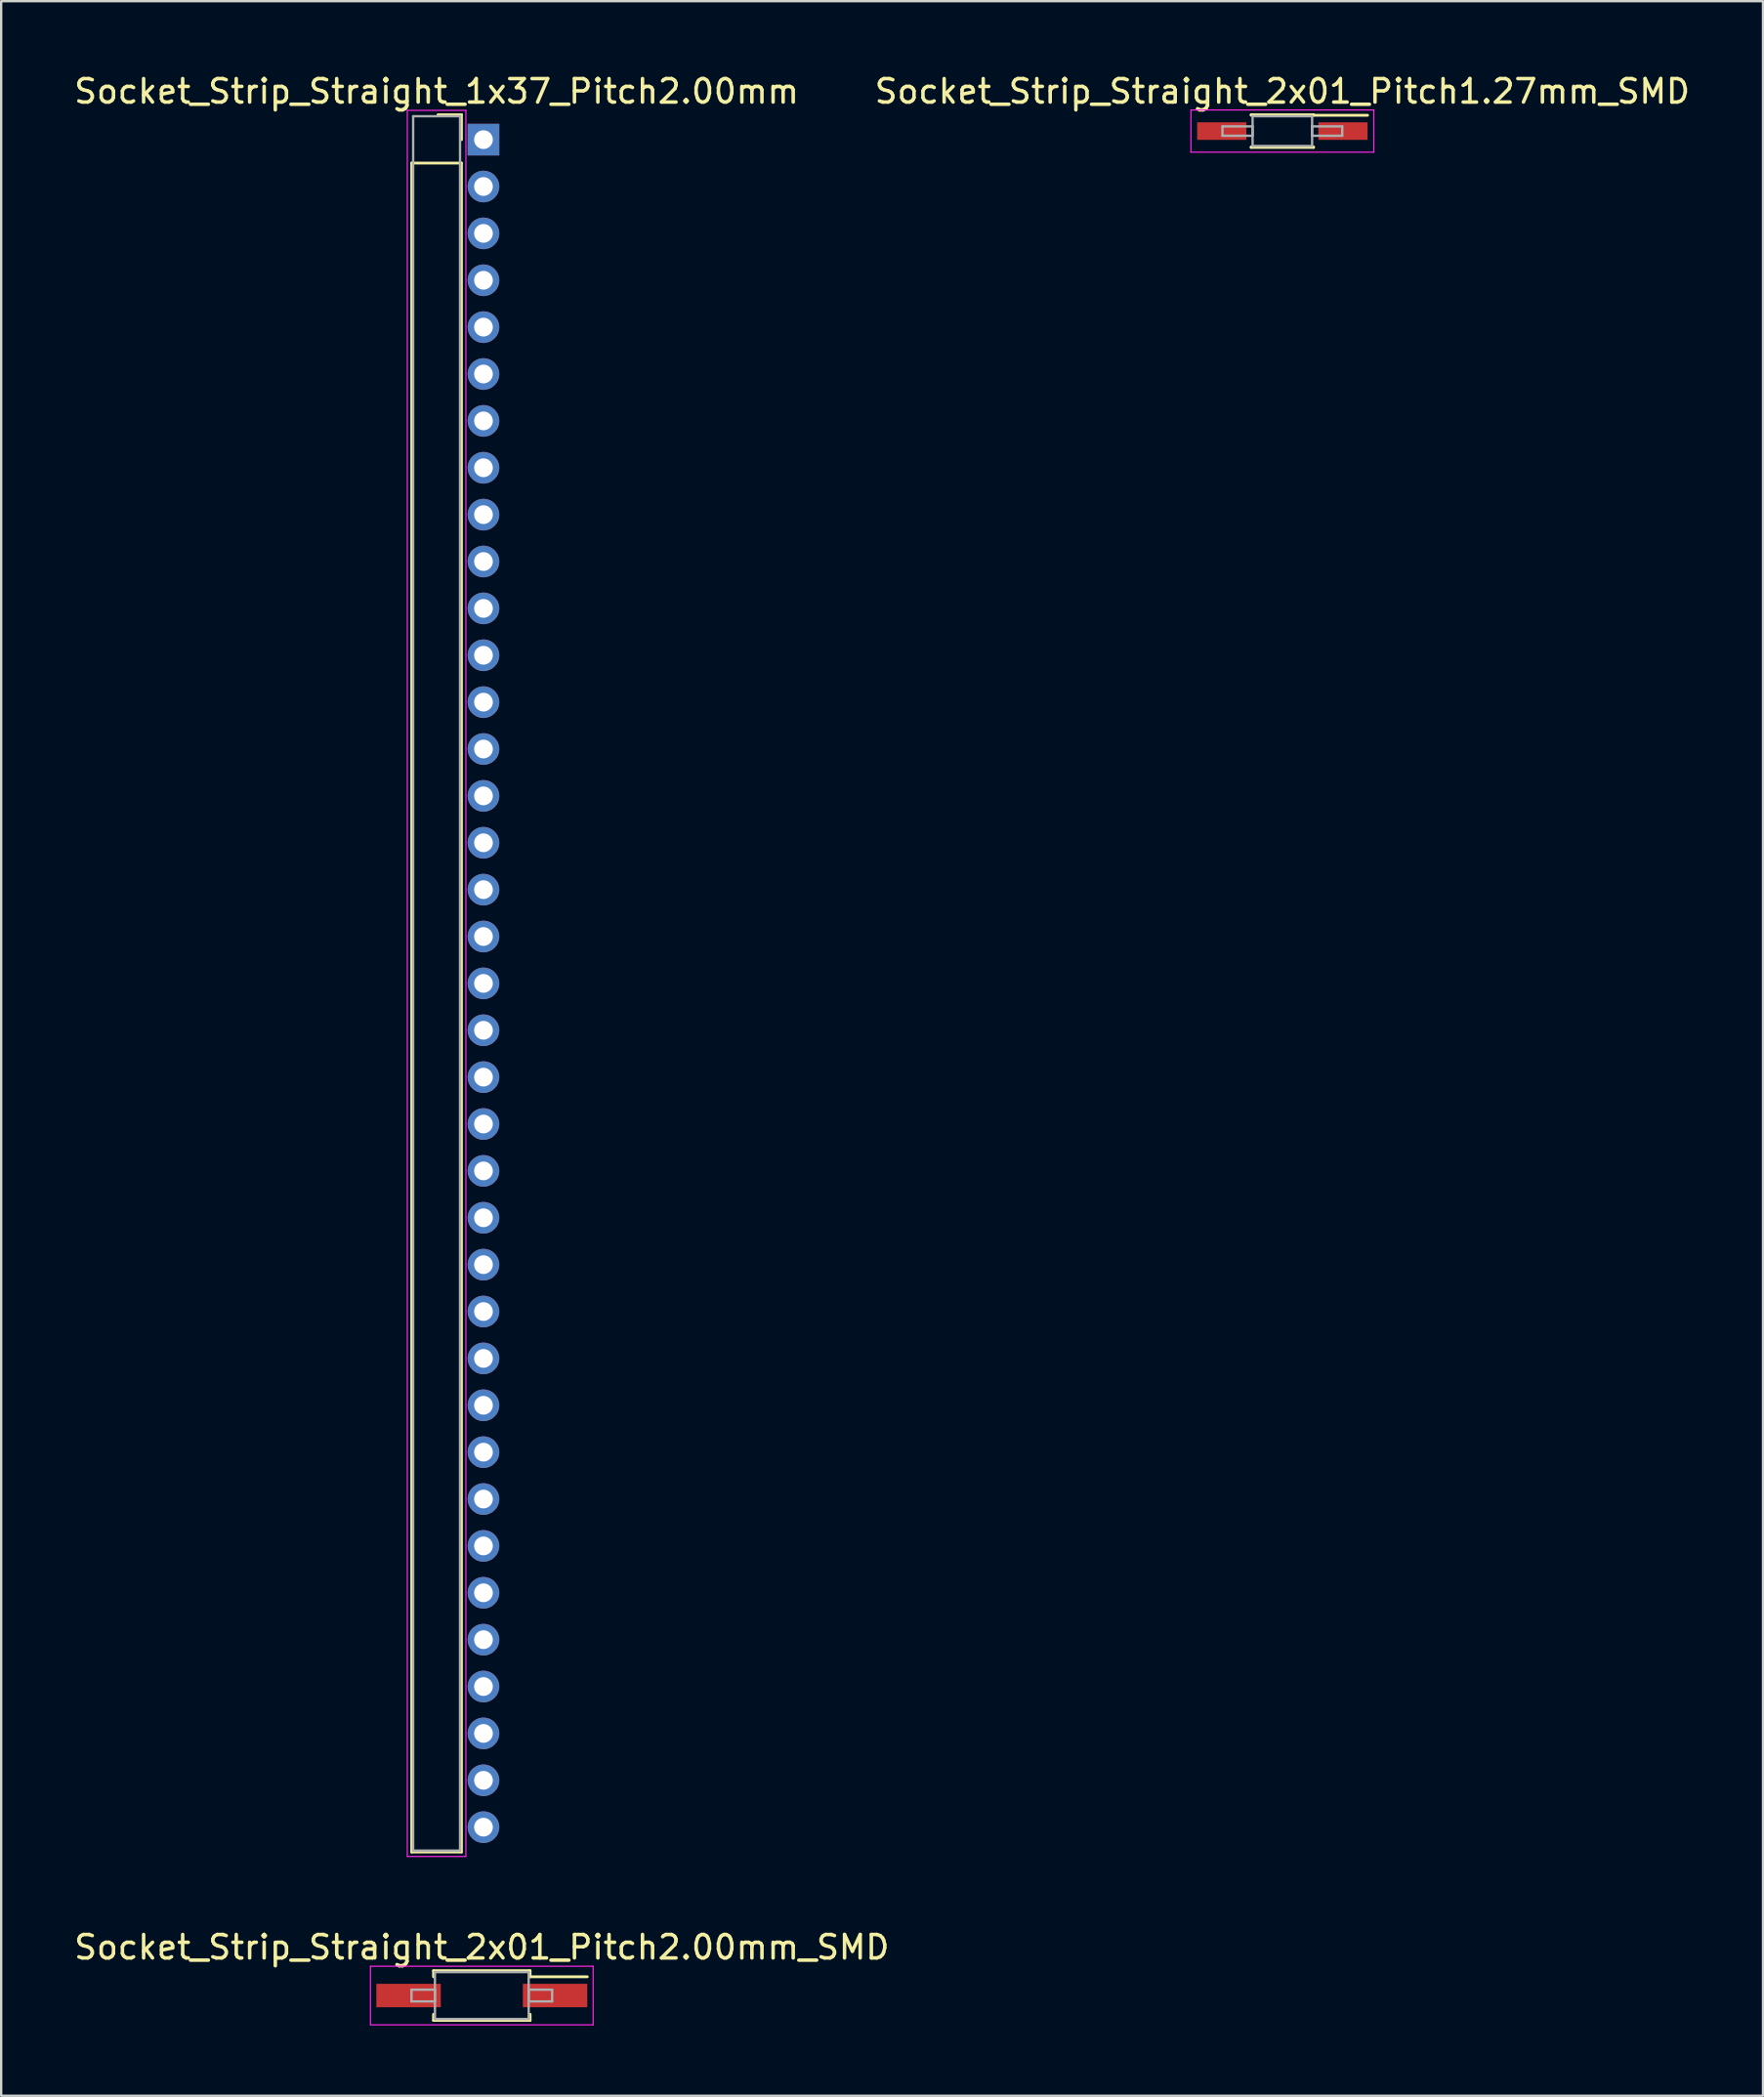
<source format=kicad_pcb>
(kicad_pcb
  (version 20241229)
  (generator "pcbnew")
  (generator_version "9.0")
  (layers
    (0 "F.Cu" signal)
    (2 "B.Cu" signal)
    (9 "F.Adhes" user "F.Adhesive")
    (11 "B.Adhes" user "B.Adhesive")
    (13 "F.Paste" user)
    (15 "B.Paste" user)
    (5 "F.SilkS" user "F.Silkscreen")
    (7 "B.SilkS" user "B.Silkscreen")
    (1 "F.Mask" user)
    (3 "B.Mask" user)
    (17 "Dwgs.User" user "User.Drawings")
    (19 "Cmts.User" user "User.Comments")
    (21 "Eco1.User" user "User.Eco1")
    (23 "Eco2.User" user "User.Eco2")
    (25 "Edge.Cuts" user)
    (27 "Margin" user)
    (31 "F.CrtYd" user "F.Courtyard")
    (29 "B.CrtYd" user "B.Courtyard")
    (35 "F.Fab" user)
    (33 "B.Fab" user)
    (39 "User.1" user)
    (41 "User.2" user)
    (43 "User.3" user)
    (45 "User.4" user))
  (footprint "Socket_Strip_Straight_2x01_Pitch2.00mm_SMD"
    (layer "F.Cu")
    (at 17.506 82.091)
    (property "Reference" "Socket_Strip_Straight_2x01_Pitch2.00mm_SMD" (at 0 -2.06 0) (layer "F.SilkS") (effects (font (size 1 1) (thickness 0.15))))
    (attr smd)
    (fp_line (start -2.06 -1.06) (end 2.06 -1.06) (stroke (width 0.12) (type solid)) (layer "F.SilkS"))
    (fp_line (start -2.06 -0.8) (end -2.06 -1.06) (stroke (width 0.12) (type solid)) (layer "F.SilkS"))
    (fp_line (start -2.06 0.8) (end -2.06 1.06) (stroke (width 0.12) (type solid)) (layer "F.SilkS"))
    (fp_line (start -2.06 1.06) (end 2.06 1.06) (stroke (width 0.12) (type solid)) (layer "F.SilkS"))
    (fp_line (start 2.06 -1.06) (end 2.06 -0.8) (stroke (width 0.12) (type solid)) (layer "F.SilkS"))
    (fp_line (start 2.06 1.06) (end 2.06 0.8) (stroke (width 0.12) (type solid)) (layer "F.SilkS"))
    (fp_line (start 4.5 -0.8) (end 2.06 -0.8) (stroke (width 0.12) (type solid)) (layer "F.SilkS"))
    (fp_line (start -4.75 -1.25) (end -4.75 1.25) (stroke (width 0.05) (type solid)) (layer "F.CrtYd"))
    (fp_line (start -4.75 1.25) (end 4.75 1.25) (stroke (width 0.05) (type solid)) (layer "F.CrtYd"))
    (fp_line (start 4.75 -1.25) (end -4.75 -1.25) (stroke (width 0.05) (type solid)) (layer "F.CrtYd"))
    (fp_line (start 4.75 1.25) (end 4.75 -1.25) (stroke (width 0.05) (type solid)) (layer "F.CrtYd"))
    (fp_line (start -3 -0.25) (end -2 -0.25) (stroke (width 0.1) (type solid)) (layer "F.Fab"))
    (fp_line (start -3 0.25) (end -3 -0.25) (stroke (width 0.1) (type solid)) (layer "F.Fab"))
    (fp_line (start -2 -1) (end -2 1) (stroke (width 0.1) (type solid)) (layer "F.Fab"))
    (fp_line (start -2 -0.25) (end -2 0.25) (stroke (width 0.1) (type solid)) (layer "F.Fab"))
    (fp_line (start -2 0.25) (end -3 0.25) (stroke (width 0.1) (type solid)) (layer "F.Fab"))
    (fp_line (start -2 1) (end 2 1) (stroke (width 0.1) (type solid)) (layer "F.Fab"))
    (fp_line (start 2 -1) (end -2 -1) (stroke (width 0.1) (type solid)) (layer "F.Fab"))
    (fp_line (start 2 -0.25) (end 2 0.25) (stroke (width 0.1) (type solid)) (layer "F.Fab"))
    (fp_line (start 2 0.25) (end 3 0.25) (stroke (width 0.1) (type solid)) (layer "F.Fab"))
    (fp_line (start 2 1) (end 2 -1) (stroke (width 0.1) (type solid)) (layer "F.Fab"))
    (fp_line (start 3 -0.25) (end 2 -0.25) (stroke (width 0.1) (type solid)) (layer "F.Fab"))
    (fp_line (start 3 0.25) (end 3 -0.25) (stroke (width 0.1) (type solid)) (layer "F.Fab"))
    (pad "1" smd rect (at 3.125 0) (size 2.75 1) (layers "F.Cu" "F.Mask"))
    (pad "2" smd rect (at -3.125 0) (size 2.75 1) (layers "F.Cu" "F.Mask")))
  (footprint "Socket_Strip_Straight_1x37_Pitch2.00mm"
    (layer "F.Cu")
    (at 17.577 2.908)
    (property "Reference" "Socket_Strip_Straight_1x37_Pitch2.00mm" (at -2 -2.06 0) (layer "F.SilkS") (effects (font (size 1 1) (thickness 0.15))))
    (attr through_hole)
    (fp_line (start -3.06 1) (end -3.06 73.06) (stroke (width 0.12) (type solid)) (layer "F.SilkS"))
    (fp_line (start -3.06 73.06) (end -0.94 73.06) (stroke (width 0.12) (type solid)) (layer "F.SilkS"))
    (fp_line (start -0.94 -1.06) (end -1.94 -1.06) (stroke (width 0.12) (type solid)) (layer "F.SilkS"))
    (fp_line (start -0.94 0) (end -0.94 -1.06) (stroke (width 0.12) (type solid)) (layer "F.SilkS"))
    (fp_line (start -0.94 1) (end -3.06 1) (stroke (width 0.12) (type solid)) (layer "F.SilkS"))
    (fp_line (start -0.94 73.06) (end -0.94 1) (stroke (width 0.12) (type solid)) (layer "F.SilkS"))
    (fp_line (start -3.25 -1.25) (end -3.25 73.25) (stroke (width 0.05) (type solid)) (layer "F.CrtYd"))
    (fp_line (start -3.25 73.25) (end -0.75 73.25) (stroke (width 0.05) (type solid)) (layer "F.CrtYd"))
    (fp_line (start -0.75 -1.25) (end -3.25 -1.25) (stroke (width 0.05) (type solid)) (layer "F.CrtYd"))
    (fp_line (start -0.75 73.25) (end -0.75 -1.25) (stroke (width 0.05) (type solid)) (layer "F.CrtYd"))
    (fp_line (start -3 -1) (end -3 73) (stroke (width 0.1) (type solid)) (layer "F.Fab"))
    (fp_line (start -3 73) (end -1 73) (stroke (width 0.1) (type solid)) (layer "F.Fab"))
    (fp_line (start -1 -1) (end -3 -1) (stroke (width 0.1) (type solid)) (layer "F.Fab"))
    (fp_line (start -1 73) (end -1 -1) (stroke (width 0.1) (type solid)) (layer "F.Fab"))
    (pad "1" thru_hole rect (at 0 0) (size 1.35 1.35) (drill 0.8) (layers "*.Cu" "*.Mask"))
    (pad "2" thru_hole oval (at 0 2) (size 1.35 1.35) (drill 0.8) (layers "*.Cu" "*.Mask"))
    (pad "3" thru_hole oval (at 0 4) (size 1.35 1.35) (drill 0.8) (layers "*.Cu" "*.Mask"))
    (pad "4" thru_hole oval (at 0 6) (size 1.35 1.35) (drill 0.8) (layers "*.Cu" "*.Mask"))
    (pad "5" thru_hole oval (at 0 8) (size 1.35 1.35) (drill 0.8) (layers "*.Cu" "*.Mask"))
    (pad "6" thru_hole oval (at 0 10) (size 1.35 1.35) (drill 0.8) (layers "*.Cu" "*.Mask"))
    (pad "7" thru_hole oval (at 0 12) (size 1.35 1.35) (drill 0.8) (layers "*.Cu" "*.Mask"))
    (pad "8" thru_hole oval (at 0 14) (size 1.35 1.35) (drill 0.8) (layers "*.Cu" "*.Mask"))
    (pad "9" thru_hole oval (at 0 16) (size 1.35 1.35) (drill 0.8) (layers "*.Cu" "*.Mask"))
    (pad "10" thru_hole oval (at 0 18) (size 1.35 1.35) (drill 0.8) (layers "*.Cu" "*.Mask"))
    (pad "11" thru_hole oval (at 0 20) (size 1.35 1.35) (drill 0.8) (layers "*.Cu" "*.Mask"))
    (pad "12" thru_hole oval (at 0 22) (size 1.35 1.35) (drill 0.8) (layers "*.Cu" "*.Mask"))
    (pad "13" thru_hole oval (at 0 24) (size 1.35 1.35) (drill 0.8) (layers "*.Cu" "*.Mask"))
    (pad "14" thru_hole oval (at 0 26) (size 1.35 1.35) (drill 0.8) (layers "*.Cu" "*.Mask"))
    (pad "15" thru_hole oval (at 0 28) (size 1.35 1.35) (drill 0.8) (layers "*.Cu" "*.Mask"))
    (pad "16" thru_hole oval (at 0 30) (size 1.35 1.35) (drill 0.8) (layers "*.Cu" "*.Mask"))
    (pad "17" thru_hole oval (at 0 32) (size 1.35 1.35) (drill 0.8) (layers "*.Cu" "*.Mask"))
    (pad "18" thru_hole oval (at 0 34) (size 1.35 1.35) (drill 0.8) (layers "*.Cu" "*.Mask"))
    (pad "19" thru_hole oval (at 0 36) (size 1.35 1.35) (drill 0.8) (layers "*.Cu" "*.Mask"))
    (pad "20" thru_hole oval (at 0 38) (size 1.35 1.35) (drill 0.8) (layers "*.Cu" "*.Mask"))
    (pad "21" thru_hole oval (at 0 40) (size 1.35 1.35) (drill 0.8) (layers "*.Cu" "*.Mask"))
    (pad "22" thru_hole oval (at 0 42) (size 1.35 1.35) (drill 0.8) (layers "*.Cu" "*.Mask"))
    (pad "23" thru_hole oval (at 0 44) (size 1.35 1.35) (drill 0.8) (layers "*.Cu" "*.Mask"))
    (pad "24" thru_hole oval (at 0 46) (size 1.35 1.35) (drill 0.8) (layers "*.Cu" "*.Mask"))
    (pad "25" thru_hole oval (at 0 48) (size 1.35 1.35) (drill 0.8) (layers "*.Cu" "*.Mask"))
    (pad "26" thru_hole oval (at 0 50) (size 1.35 1.35) (drill 0.8) (layers "*.Cu" "*.Mask"))
    (pad "27" thru_hole oval (at 0 52) (size 1.35 1.35) (drill 0.8) (layers "*.Cu" "*.Mask"))
    (pad "28" thru_hole oval (at 0 54) (size 1.35 1.35) (drill 0.8) (layers "*.Cu" "*.Mask"))
    (pad "29" thru_hole oval (at 0 56) (size 1.35 1.35) (drill 0.8) (layers "*.Cu" "*.Mask"))
    (pad "30" thru_hole oval (at 0 58) (size 1.35 1.35) (drill 0.8) (layers "*.Cu" "*.Mask"))
    (pad "31" thru_hole oval (at 0 60) (size 1.35 1.35) (drill 0.8) (layers "*.Cu" "*.Mask"))
    (pad "32" thru_hole oval (at 0 62) (size 1.35 1.35) (drill 0.8) (layers "*.Cu" "*.Mask"))
    (pad "33" thru_hole oval (at 0 64) (size 1.35 1.35) (drill 0.8) (layers "*.Cu" "*.Mask"))
    (pad "34" thru_hole oval (at 0 66) (size 1.35 1.35) (drill 0.8) (layers "*.Cu" "*.Mask"))
    (pad "35" thru_hole oval (at 0 68) (size 1.35 1.35) (drill 0.8) (layers "*.Cu" "*.Mask"))
    (pad "36" thru_hole oval (at 0 70) (size 1.35 1.35) (drill 0.8) (layers "*.Cu" "*.Mask"))
    (pad "37" thru_hole oval (at 0 72) (size 1.35 1.35) (drill 0.8) (layers "*.Cu" "*.Mask")))
  (footprint "Socket_Strip_Straight_2x01_Pitch1.27mm_SMD"
    (layer "F.Cu")
    (at 51.661 2.543)
    (property "Reference" "Socket_Strip_Straight_2x01_Pitch1.27mm_SMD" (at 0 -1.695 0) (layer "F.SilkS") (effects (font (size 1 1) (thickness 0.15))))
    (attr smd)
    (fp_line (start -1.33 -0.695) (end 1.33 -0.695) (stroke (width 0.12) (type solid)) (layer "F.SilkS"))
    (fp_line (start -1.33 -0.675) (end -1.33 -0.695) (stroke (width 0.12) (type solid)) (layer "F.SilkS"))
    (fp_line (start -1.33 0.675) (end -1.33 0.695) (stroke (width 0.12) (type solid)) (layer "F.SilkS"))
    (fp_line (start -1.33 0.695) (end 1.33 0.695) (stroke (width 0.12) (type solid)) (layer "F.SilkS"))
    (fp_line (start 1.33 -0.695) (end 1.33 -0.675) (stroke (width 0.12) (type solid)) (layer "F.SilkS"))
    (fp_line (start 1.33 0.695) (end 1.33 0.675) (stroke (width 0.12) (type solid)) (layer "F.SilkS"))
    (fp_line (start 3.635 -0.675) (end 1.33 -0.675) (stroke (width 0.12) (type solid)) (layer "F.SilkS"))
    (fp_line (start -3.9 -0.9) (end -3.9 0.9) (stroke (width 0.05) (type solid)) (layer "F.CrtYd"))
    (fp_line (start -3.9 0.9) (end 3.9 0.9) (stroke (width 0.05) (type solid)) (layer "F.CrtYd"))
    (fp_line (start 3.9 -0.9) (end -3.9 -0.9) (stroke (width 0.05) (type solid)) (layer "F.CrtYd"))
    (fp_line (start 3.9 0.9) (end 3.9 -0.9) (stroke (width 0.05) (type solid)) (layer "F.CrtYd"))
    (fp_line (start -2.555 -0.2) (end -1.27 -0.2) (stroke (width 0.1) (type solid)) (layer "F.Fab"))
    (fp_line (start -2.555 0.2) (end -2.555 -0.2) (stroke (width 0.1) (type solid)) (layer "F.Fab"))
    (fp_line (start -1.27 -0.635) (end -1.27 0.635) (stroke (width 0.1) (type solid)) (layer "F.Fab"))
    (fp_line (start -1.27 -0.2) (end -1.27 0.2) (stroke (width 0.1) (type solid)) (layer "F.Fab"))
    (fp_line (start -1.27 0.2) (end -2.555 0.2) (stroke (width 0.1) (type solid)) (layer "F.Fab"))
    (fp_line (start -1.27 0.635) (end 1.27 0.635) (stroke (width 0.1) (type solid)) (layer "F.Fab"))
    (fp_line (start 1.27 -0.635) (end -1.27 -0.635) (stroke (width 0.1) (type solid)) (layer "F.Fab"))
    (fp_line (start 1.27 -0.2) (end 1.27 0.2) (stroke (width 0.1) (type solid)) (layer "F.Fab"))
    (fp_line (start 1.27 0.2) (end 2.555 0.2) (stroke (width 0.1) (type solid)) (layer "F.Fab"))
    (fp_line (start 1.27 0.635) (end 1.27 -0.635) (stroke (width 0.1) (type solid)) (layer "F.Fab"))
    (fp_line (start 2.555 -0.2) (end 1.27 -0.2) (stroke (width 0.1) (type solid)) (layer "F.Fab"))
    (fp_line (start 2.555 0.2) (end 2.555 -0.2) (stroke (width 0.1) (type solid)) (layer "F.Fab"))
    (pad "1" smd rect (at 2.585 0) (size 2.1 0.75) (layers "F.Cu" "F.Mask"))
    (pad "2" smd rect (at -2.585 0) (size 2.1 0.75) (layers "F.Cu" "F.Mask")))
  (gr_rect
    (start -3 -3)
    (end 72.167 86.367)
    (stroke (width 0.1) (type default))
    (fill no)
    (layer "Edge.Cuts")))
</source>
